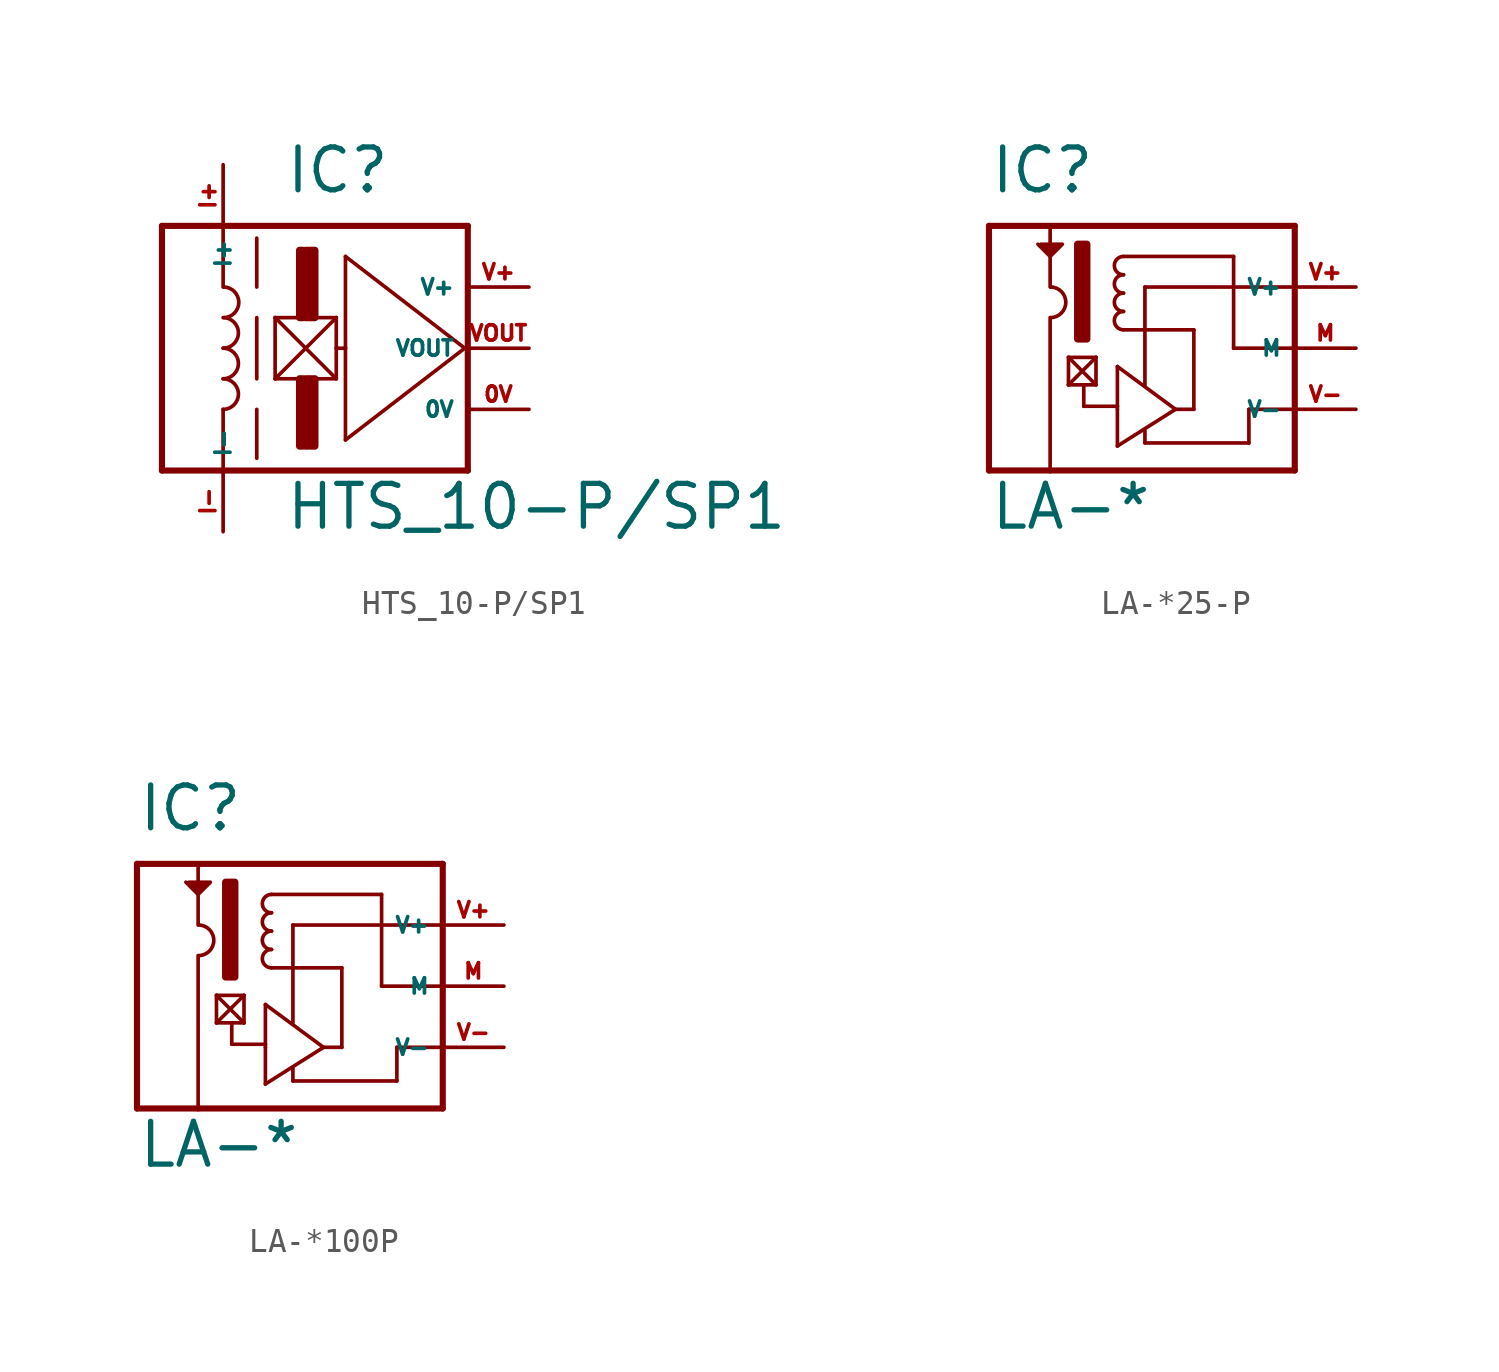
<source format=kicad_sym>
(kicad_symbol_lib
  (version 20220914)
  (generator kicad_symbol_editor)
  (symbol "HTS_10-P/SP1"
    (property "Reference" "IC"
      (at -2.54 6.35 0)
      (effects (font (size 1.778 1.778) (thickness 0.22)) (justify left bottom)))
    (property "Value" "HTS_10-P/SP1"
      (at -2.54 -7.62 0)
      (effects (font (size 1.778 1.778) (thickness 0.22)) (justify left bottom)))
    (symbol "HTS_10-P/SP1_1_1"
      (arc (start -5.08 -2.54) (mid -4.4477 -1.905) (end -5.08 -1.27) (stroke (width 0.1524) (type default)) (fill (type none)))
      (arc (start -5.08 -1.27) (mid -4.4477 -0.635) (end -5.08 0) (stroke (width 0.1524) (type default)) (fill (type none)))
      (arc (start -5.08 0) (mid -4.4477 0.635) (end -5.08 1.27) (stroke (width 0.1524) (type default)) (fill (type none)))
      (arc (start -5.0538 1.27) (mid -4.4318 1.905) (end -5.0538 2.54) (stroke (width 0.1524) (type default)) (fill (type none)))
      (rectangle (start -1.905 -4.064) (end -1.778 -1.27) (stroke (width 0.3) (type default)) (fill (type outline)))
      (rectangle (start -1.905 1.27) (end -1.778 4.064) (stroke (width 0.3) (type default)) (fill (type outline)))
      (rectangle (start -1.651 -4.064) (end -1.27 -1.27) (stroke (width 0.3) (type default)) (fill (type outline)))
      (rectangle (start -1.651 1.27) (end -1.27 4.064) (stroke (width 0.3) (type default)) (fill (type outline)))
      (polyline (pts (xy -7.62 -5.08) (xy -7.62 5.08)) (stroke (width 0.254) (type default)) (fill (type none)))
      (polyline (pts (xy -7.62 5.08) (xy 5.08 5.08)) (stroke (width 0.254) (type default)) (fill (type none)))
      (polyline (pts (xy -5.08 -2.54) (xy -5.08 -5.08)) (stroke (width 0.152) (type default)) (fill (type none)))
      (polyline (pts (xy -5.08 5.08) (xy -5.08 2.54)) (stroke (width 0.152) (type default)) (fill (type none)))
      (polyline (pts (xy -3.683 -2.54) (xy -3.683 -4.572)) (stroke (width 0.152) (type default)) (fill (type none)))
      (polyline (pts (xy -3.683 1.27) (xy -3.683 -1.27)) (stroke (width 0.152) (type default)) (fill (type none)))
      (polyline (pts (xy -3.683 4.572) (xy -3.683 2.54)) (stroke (width 0.152) (type default)) (fill (type none)))
      (polyline (pts (xy -2.921 -1.27) (xy -2.921 1.27)) (stroke (width 0.152) (type default)) (fill (type none)))
      (polyline (pts (xy -2.921 -1.27) (xy -0.381 1.27)) (stroke (width 0.152) (type default)) (fill (type none)))
      (polyline (pts (xy -2.921 1.27) (xy -0.381 -1.27)) (stroke (width 0.152) (type default)) (fill (type none)))
      (polyline (pts (xy -2.921 1.27) (xy -0.381 1.27)) (stroke (width 0.152) (type default)) (fill (type none)))
      (polyline (pts (xy -0.381 -1.27) (xy -2.921 -1.27)) (stroke (width 0.152) (type default)) (fill (type none)))
      (polyline (pts (xy -0.381 0) (xy -0.381 -1.27)) (stroke (width 0.152) (type default)) (fill (type none)))
      (polyline (pts (xy -0.381 0) (xy 0 0)) (stroke (width 0.152) (type default)) (fill (type none)))
      (polyline (pts (xy -0.381 1.27) (xy -0.381 0)) (stroke (width 0.152) (type default)) (fill (type none)))
      (polyline (pts (xy 0 -3.81) (xy 0 0)) (stroke (width 0.152) (type default)) (fill (type none)))
      (polyline (pts (xy 0 0) (xy 0 3.81)) (stroke (width 0.152) (type default)) (fill (type none)))
      (polyline (pts (xy 0 3.81) (xy 4.953 0)) (stroke (width 0.152) (type default)) (fill (type none)))
      (polyline (pts (xy 4.953 0) (xy 0 -3.81)) (stroke (width 0.152) (type default)) (fill (type none)))
      (polyline (pts (xy 5.08 -5.08) (xy -7.62 -5.08)) (stroke (width 0.254) (type default)) (fill (type none)))
      (polyline (pts (xy 5.08 5.08) (xy 5.08 -5.08)) (stroke (width 0.254) (type default)) (fill (type none)))
      (pin input line (at 7.62 -2.54 180) (length 2.54) (name "0V" (effects (font (size 0.635 0.635)))) (number "0V" (effects (font (size 0.635 0.635)))))
      (pin input line (at -5.08 7.62 270) (length 2.54) (name "I+" (effects (font (size 0.635 0.635)))) (number "I+" (effects (font (size 0.635 0.635)))))
      (pin input line (at -5.08 -7.62 90) (length 2.54) (name "I-" (effects (font (size 0.635 0.635)))) (number "I-" (effects (font (size 0.635 0.635)))))
      (pin input line (at 7.62 2.54 180) (length 2.54) (name "V+" (effects (font (size 0.635 0.635)))) (number "V+" (effects (font (size 0.635 0.635)))))
      (pin output line (at 7.62 0 180) (length 2.54) (name "VOUT" (effects (font (size 0.635 0.635)))) (number "VOUT" (effects (font (size 0.635 0.635)))))))
  (symbol "LA-*25-P"
    (property "Reference" "IC"
      (at -7.62 6.35 0)
      (effects (font (size 1.778 1.778) (thickness 0.22)) (justify left bottom)))
    (property "Value" "LA-*"
      (at -7.62 -7.62 0)
      (effects (font (size 1.778 1.778) (thickness 0.22)) (justify left bottom)))
    (symbol "LA-*25-P_1_1"
      (arc (start -5.0538 1.27) (mid -4.4318 1.905) (end -5.0538 2.54) (stroke (width 0.1524) (type default)) (fill (type none)))
      (rectangle (start -3.937 0.381) (end -3.556 4.318) (stroke (width 0.3) (type default)) (fill (type outline)))
      (arc (start -2.032 1.524) (mid -2.4114 1.143) (end -2.032 0.762) (stroke (width 0.1524) (type default)) (fill (type none)))
      (arc (start -2.032 2.286) (mid -2.4114 1.905) (end -2.032 1.524) (stroke (width 0.1524) (type default)) (fill (type none)))
      (arc (start -2.032 3.048) (mid -2.4114 2.667) (end -2.032 2.286) (stroke (width 0.1524) (type default)) (fill (type none)))
      (arc (start -2.032 3.81) (mid -2.4114 3.429) (end -2.032 3.048) (stroke (width 0.1524) (type default)) (fill (type none)))
      (polyline (pts (xy -7.62 -5.08) (xy -7.62 5.08)) (stroke (width 0.254) (type default)) (fill (type none)))
      (polyline (pts (xy -7.62 5.08) (xy 5.08 5.08)) (stroke (width 0.254) (type default)) (fill (type none)))
      (polyline (pts (xy -5.08 -5.08) (xy -7.62 -5.08)) (stroke (width 0.254) (type default)) (fill (type none)))
      (polyline (pts (xy -5.08 1.27) (xy -5.08 -5.08)) (stroke (width 0.152) (type default)) (fill (type none)))
      (polyline (pts (xy -5.08 5.08) (xy -5.08 2.54)) (stroke (width 0.152) (type default)) (fill (type none)))
      (polyline (pts (xy -4.318 -1.524) (xy -4.318 -0.381)) (stroke (width 0.152) (type default)) (fill (type none)))
      (polyline (pts (xy -4.318 -1.524) (xy -3.175 -0.381)) (stroke (width 0.152) (type default)) (fill (type none)))
      (polyline (pts (xy -4.318 -0.381) (xy -3.175 -1.524)) (stroke (width 0.152) (type default)) (fill (type none)))
      (polyline (pts (xy -4.318 -0.381) (xy -3.175 -0.381)) (stroke (width 0.152) (type default)) (fill (type none)))
      (polyline (pts (xy -3.683 -2.413) (xy -3.683 -1.524)) (stroke (width 0.152) (type default)) (fill (type none)))
      (polyline (pts (xy -3.683 -2.413) (xy -2.286 -2.413)) (stroke (width 0.152) (type dash)) (fill (type none)))
      (polyline (pts (xy -3.683 -1.524) (xy -4.318 -1.524)) (stroke (width 0.152) (type default)) (fill (type none)))
      (polyline (pts (xy -3.175 -1.524) (xy -3.683 -1.524)) (stroke (width 0.152) (type default)) (fill (type none)))
      (polyline (pts (xy -3.175 -0.381) (xy -3.175 -1.524)) (stroke (width 0.152) (type default)) (fill (type none)))
      (polyline (pts (xy -2.286 -4.064) (xy -2.286 -2.54)) (stroke (width 0.152) (type default)) (fill (type none)))
      (polyline (pts (xy -2.286 -2.54) (xy -2.286 -2.413)) (stroke (width 0.152) (type default)) (fill (type none)))
      (polyline (pts (xy -2.286 -2.413) (xy -2.286 -0.762)) (stroke (width 0.152) (type default)) (fill (type none)))
      (polyline (pts (xy -2.286 -0.762) (xy 0.127 -2.54)) (stroke (width 0.152) (type default)) (fill (type none)))
      (polyline (pts (xy -2.032 3.81) (xy 2.54 3.81)) (stroke (width 0.152) (type default)) (fill (type none)))
      (polyline (pts (xy -1.143 -3.937) (xy 3.175 -3.937)) (stroke (width 0.152) (type default)) (fill (type none)))
      (polyline (pts (xy -1.143 -3.429) (xy -1.143 -3.937)) (stroke (width 0.152) (type default)) (fill (type none)))
      (polyline (pts (xy -1.143 -1.524) (xy -1.143 2.54)) (stroke (width 0.152) (type default)) (fill (type none)))
      (polyline (pts (xy -1.143 2.54) (xy 4.953 2.54)) (stroke (width 0.152) (type default)) (fill (type none)))
      (polyline (pts (xy 0.127 -2.54) (xy -2.286 -4.064)) (stroke (width 0.152) (type default)) (fill (type none)))
      (polyline (pts (xy 0.127 -2.54) (xy 0.889 -2.54)) (stroke (width 0.152) (type default)) (fill (type none)))
      (polyline (pts (xy 0.889 -2.54) (xy 0.889 0.762)) (stroke (width 0.152) (type default)) (fill (type none)))
      (polyline (pts (xy 0.889 0.762) (xy -2.032 0.762)) (stroke (width 0.152) (type default)) (fill (type none)))
      (polyline (pts (xy 2.54 0) (xy 5.08 0)) (stroke (width 0.152) (type default)) (fill (type none)))
      (polyline (pts (xy 2.54 3.81) (xy 2.54 0)) (stroke (width 0.152) (type default)) (fill (type none)))
      (polyline (pts (xy 3.175 -3.937) (xy 3.175 -2.54)) (stroke (width 0.152) (type default)) (fill (type none)))
      (polyline (pts (xy 3.175 -2.54) (xy 5.08 -2.54)) (stroke (width 0.152) (type default)) (fill (type none)))
      (polyline (pts (xy 5.08 -5.08) (xy -5.08 -5.08)) (stroke (width 0.254) (type default)) (fill (type none)))
      (polyline (pts (xy 5.08 -2.54) (xy 5.08 -5.08)) (stroke (width 0.254) (type default)) (fill (type none)))
      (polyline (pts (xy 5.08 0) (xy 5.08 -2.54)) (stroke (width 0.254) (type default)) (fill (type none)))
      (polyline (pts (xy 5.08 5.08) (xy 5.08 0)) (stroke (width 0.254) (type default)) (fill (type none)))
      (polyline (pts (xy -5.588 4.318) (xy -5.08 3.81) (xy -4.572 4.318) (xy -5.461 4.318)) (stroke (width 0.152) (type default)) (fill (type outline)))
      (pin output line (at 7.62 0 180) (length 2.54) (name "M" (effects (font (size 0.635 0.635)))) (number "M" (effects (font (size 0.635 0.635)))))
      (pin input line (at 7.62 2.54 180) (length 2.54) (name "V+" (effects (font (size 0.635 0.635)))) (number "V+" (effects (font (size 0.635 0.635)))))
      (pin input line (at 7.62 -2.54 180) (length 2.54) (name "V-" (effects (font (size 0.635 0.635)))) (number "V-" (effects (font (size 0.635 0.635)))))))
  (symbol "LA-*100P"
    (property "Reference" "IC"
      (at -7.62 6.35 0)
      (effects (font (size 1.778 1.778) (thickness 0.22)) (justify left bottom)))
    (property "Value" "LA-*"
      (at -7.62 -7.62 0)
      (effects (font (size 1.778 1.778) (thickness 0.22)) (justify left bottom)))
    (symbol "LA-*100P_1_1"
      (arc (start -5.0538 1.27) (mid -4.4318 1.905) (end -5.0538 2.54) (stroke (width 0.1524) (type default)) (fill (type none)))
      (rectangle (start -3.937 0.381) (end -3.556 4.318) (stroke (width 0.3) (type default)) (fill (type outline)))
      (arc (start -2.032 1.524) (mid -2.4114 1.143) (end -2.032 0.762) (stroke (width 0.1524) (type default)) (fill (type none)))
      (arc (start -2.032 2.286) (mid -2.4114 1.905) (end -2.032 1.524) (stroke (width 0.1524) (type default)) (fill (type none)))
      (arc (start -2.032 3.048) (mid -2.4114 2.667) (end -2.032 2.286) (stroke (width 0.1524) (type default)) (fill (type none)))
      (arc (start -2.032 3.81) (mid -2.4114 3.429) (end -2.032 3.048) (stroke (width 0.1524) (type default)) (fill (type none)))
      (polyline (pts (xy -7.62 -5.08) (xy -7.62 5.08)) (stroke (width 0.254) (type default)) (fill (type none)))
      (polyline (pts (xy -7.62 5.08) (xy 5.08 5.08)) (stroke (width 0.254) (type default)) (fill (type none)))
      (polyline (pts (xy -5.08 -5.08) (xy -7.62 -5.08)) (stroke (width 0.254) (type default)) (fill (type none)))
      (polyline (pts (xy -5.08 1.27) (xy -5.08 -5.08)) (stroke (width 0.152) (type default)) (fill (type none)))
      (polyline (pts (xy -5.08 5.08) (xy -5.08 2.54)) (stroke (width 0.152) (type default)) (fill (type none)))
      (polyline (pts (xy -4.318 -1.524) (xy -4.318 -0.381)) (stroke (width 0.152) (type default)) (fill (type none)))
      (polyline (pts (xy -4.318 -1.524) (xy -3.175 -0.381)) (stroke (width 0.152) (type default)) (fill (type none)))
      (polyline (pts (xy -4.318 -0.381) (xy -3.175 -1.524)) (stroke (width 0.152) (type default)) (fill (type none)))
      (polyline (pts (xy -4.318 -0.381) (xy -3.175 -0.381)) (stroke (width 0.152) (type default)) (fill (type none)))
      (polyline (pts (xy -3.683 -2.413) (xy -3.683 -1.524)) (stroke (width 0.152) (type default)) (fill (type none)))
      (polyline (pts (xy -3.683 -2.413) (xy -2.286 -2.413)) (stroke (width 0.152) (type dash)) (fill (type none)))
      (polyline (pts (xy -3.683 -1.524) (xy -4.318 -1.524)) (stroke (width 0.152) (type default)) (fill (type none)))
      (polyline (pts (xy -3.175 -1.524) (xy -3.683 -1.524)) (stroke (width 0.152) (type default)) (fill (type none)))
      (polyline (pts (xy -3.175 -0.381) (xy -3.175 -1.524)) (stroke (width 0.152) (type default)) (fill (type none)))
      (polyline (pts (xy -2.286 -4.064) (xy -2.286 -2.54)) (stroke (width 0.152) (type default)) (fill (type none)))
      (polyline (pts (xy -2.286 -2.54) (xy -2.286 -2.413)) (stroke (width 0.152) (type default)) (fill (type none)))
      (polyline (pts (xy -2.286 -2.413) (xy -2.286 -0.762)) (stroke (width 0.152) (type default)) (fill (type none)))
      (polyline (pts (xy -2.286 -0.762) (xy 0.127 -2.54)) (stroke (width 0.152) (type default)) (fill (type none)))
      (polyline (pts (xy -2.032 3.81) (xy 2.54 3.81)) (stroke (width 0.152) (type default)) (fill (type none)))
      (polyline (pts (xy -1.143 -3.937) (xy 3.175 -3.937)) (stroke (width 0.152) (type default)) (fill (type none)))
      (polyline (pts (xy -1.143 -3.429) (xy -1.143 -3.937)) (stroke (width 0.152) (type default)) (fill (type none)))
      (polyline (pts (xy -1.143 -1.524) (xy -1.143 2.54)) (stroke (width 0.152) (type default)) (fill (type none)))
      (polyline (pts (xy -1.143 2.54) (xy 4.953 2.54)) (stroke (width 0.152) (type default)) (fill (type none)))
      (polyline (pts (xy 0.127 -2.54) (xy -2.286 -4.064)) (stroke (width 0.152) (type default)) (fill (type none)))
      (polyline (pts (xy 0.127 -2.54) (xy 0.889 -2.54)) (stroke (width 0.152) (type default)) (fill (type none)))
      (polyline (pts (xy 0.889 -2.54) (xy 0.889 0.762)) (stroke (width 0.152) (type default)) (fill (type none)))
      (polyline (pts (xy 0.889 0.762) (xy -2.032 0.762)) (stroke (width 0.152) (type default)) (fill (type none)))
      (polyline (pts (xy 2.54 0) (xy 5.08 0)) (stroke (width 0.152) (type default)) (fill (type none)))
      (polyline (pts (xy 2.54 3.81) (xy 2.54 0)) (stroke (width 0.152) (type default)) (fill (type none)))
      (polyline (pts (xy 3.175 -3.937) (xy 3.175 -2.54)) (stroke (width 0.152) (type default)) (fill (type none)))
      (polyline (pts (xy 3.175 -2.54) (xy 5.08 -2.54)) (stroke (width 0.152) (type default)) (fill (type none)))
      (polyline (pts (xy 5.08 -5.08) (xy -5.08 -5.08)) (stroke (width 0.254) (type default)) (fill (type none)))
      (polyline (pts (xy 5.08 -2.54) (xy 5.08 -5.08)) (stroke (width 0.254) (type default)) (fill (type none)))
      (polyline (pts (xy 5.08 0) (xy 5.08 -2.54)) (stroke (width 0.254) (type default)) (fill (type none)))
      (polyline (pts (xy 5.08 5.08) (xy 5.08 0)) (stroke (width 0.254) (type default)) (fill (type none)))
      (polyline (pts (xy -5.588 4.318) (xy -5.08 3.81) (xy -4.572 4.318) (xy -5.461 4.318)) (stroke (width 0.152) (type default)) (fill (type outline)))
      (pin output line (at 7.62 0 180) (length 2.54) (name "M" (effects (font (size 0.635 0.635)))) (number "M" (effects (font (size 0.635 0.635)))))
      (pin input line (at 7.62 2.54 180) (length 2.54) (name "V+" (effects (font (size 0.635 0.635)))) (number "V+" (effects (font (size 0.635 0.635)))))
      (pin input line (at 7.62 -2.54 180) (length 2.54) (name "V-" (effects (font (size 0.635 0.635)))) (number "V-" (effects (font (size 0.635 0.635))))))))
</source>
